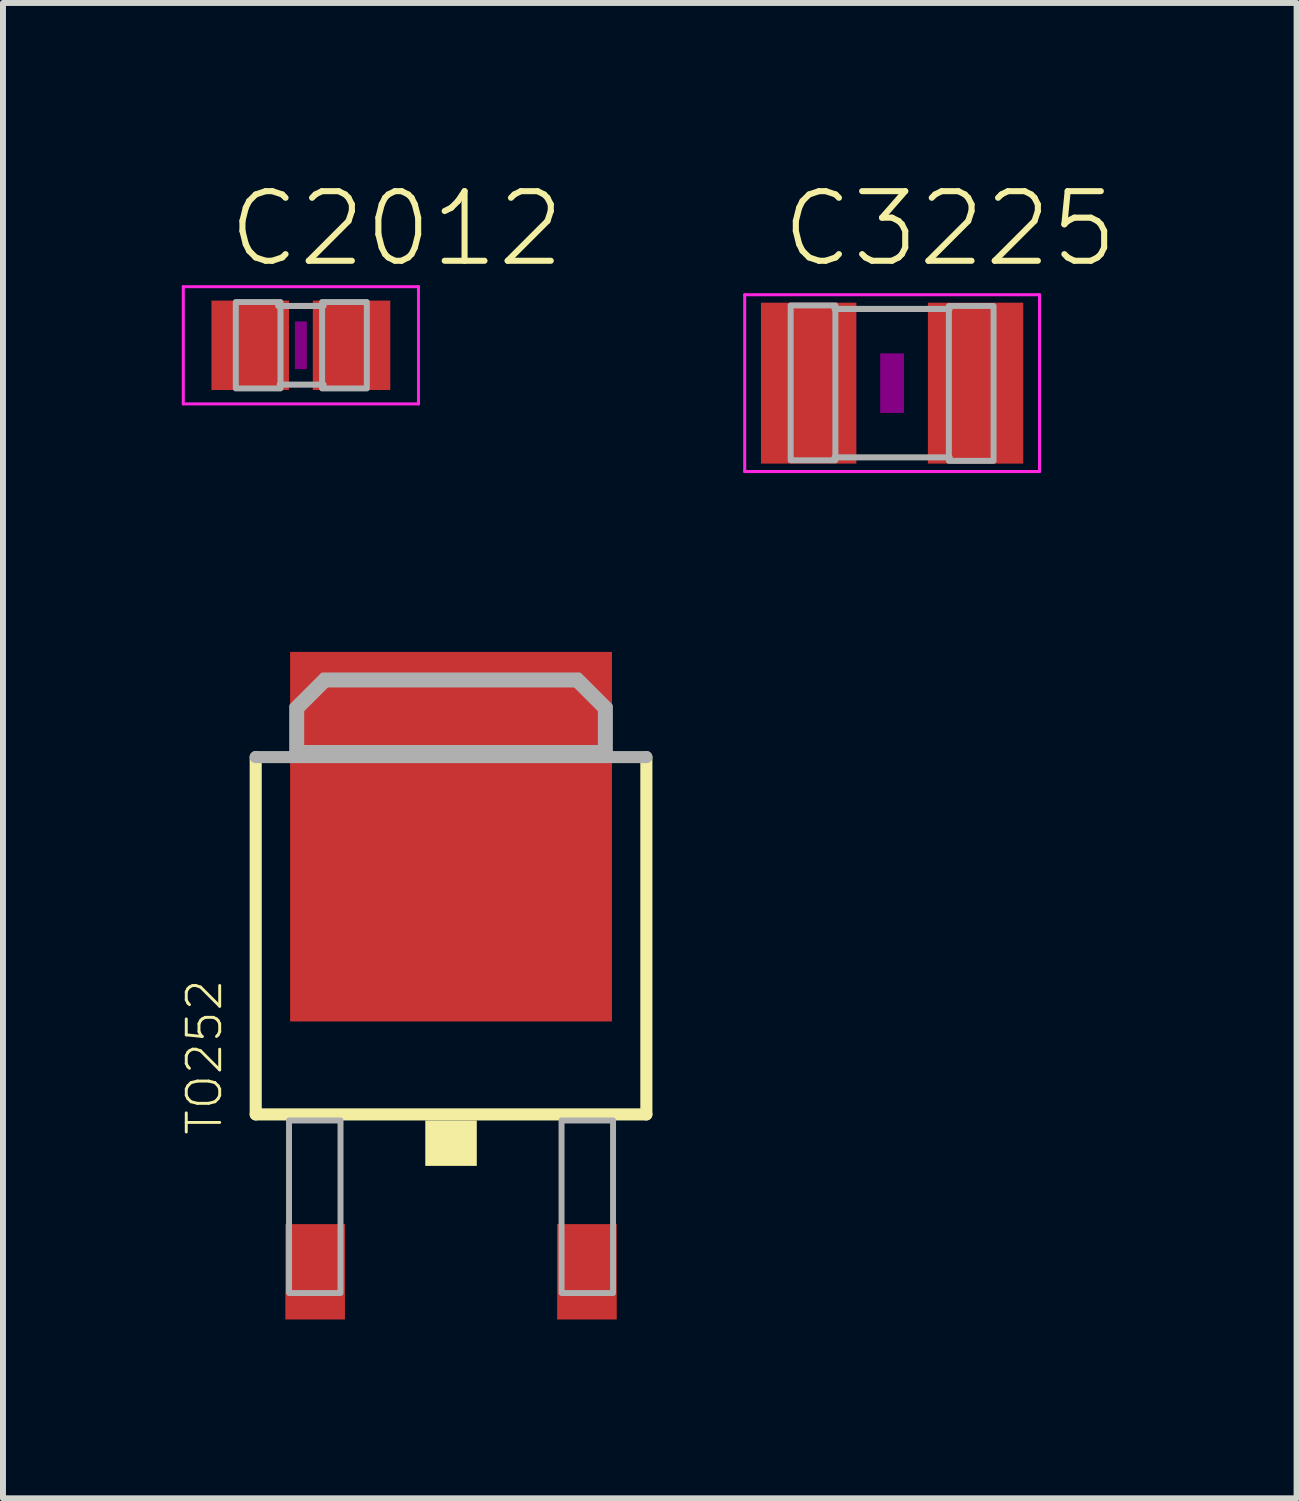
<source format=kicad_pcb>
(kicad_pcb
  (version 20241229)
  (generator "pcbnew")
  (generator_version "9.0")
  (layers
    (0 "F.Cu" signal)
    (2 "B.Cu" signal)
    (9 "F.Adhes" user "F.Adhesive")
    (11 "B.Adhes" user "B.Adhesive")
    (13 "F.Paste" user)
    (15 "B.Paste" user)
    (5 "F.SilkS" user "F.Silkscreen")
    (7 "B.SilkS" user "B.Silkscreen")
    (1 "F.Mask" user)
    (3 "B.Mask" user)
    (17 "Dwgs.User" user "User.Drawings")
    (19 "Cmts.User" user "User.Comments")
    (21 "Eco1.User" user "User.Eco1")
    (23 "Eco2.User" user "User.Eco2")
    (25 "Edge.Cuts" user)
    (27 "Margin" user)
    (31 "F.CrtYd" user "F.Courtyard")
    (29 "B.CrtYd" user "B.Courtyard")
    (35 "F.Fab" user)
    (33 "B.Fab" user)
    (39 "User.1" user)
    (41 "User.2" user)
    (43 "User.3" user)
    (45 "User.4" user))
  (footprint "C2012"
    (layer "F.Cu")
    (at 1.998 2.743)
    (property "Reference" "C2012" (at -1.27 -1.27 0) (layer "F.SilkS") (effects (font (size 1.168 1.168) (thickness 0.102)) (justify left bottom)))
    (fp_poly (pts (xy -0.1 0.4) (xy 0.1 0.4) (xy 0.1 -0.4) (xy -0.1 -0.4)) (stroke (width 0) (type solid)) (fill yes) (layer "F.Adhes"))
    (fp_line (start -1.973 -0.983) (end 1.973 -0.983) (stroke (width 0.051) (type solid)) (layer "F.CrtYd"))
    (fp_line (start -1.973 0.983) (end -1.973 -0.983) (stroke (width 0.051) (type solid)) (layer "F.CrtYd"))
    (fp_line (start 1.973 -0.983) (end 1.973 0.983) (stroke (width 0.051) (type solid)) (layer "F.CrtYd"))
    (fp_line (start 1.973 0.983) (end -1.973 0.983) (stroke (width 0.051) (type solid)) (layer "F.CrtYd"))
    (fp_line (start -0.381 -0.66) (end 0.381 -0.66) (stroke (width 0.102) (type solid)) (layer "F.Fab"))
    (fp_line (start -0.356 0.66) (end 0.381 0.66) (stroke (width 0.102) (type solid)) (layer "F.Fab"))
    (fp_poly (pts (xy -1.092 0.724) (xy -0.342 0.724) (xy -0.342 -0.726) (xy -1.092 -0.726)) (stroke (width 0.1) (type solid)) (fill no) (layer "F.Fab"))
    (fp_poly (pts (xy 0.356 0.724) (xy 1.106 0.724) (xy 1.106 -0.726) (xy 0.356 -0.726)) (stroke (width 0.1) (type solid)) (fill no) (layer "F.Fab"))
    (pad "1" smd rect (at -0.85 0) (size 1.3 1.5) (layers "F.Cu" "F.Mask" "F.Paste"))
    (pad "2" smd rect (at 0.85 0) (size 1.3 1.5) (layers "F.Cu" "F.Mask" "F.Paste")))
  (footprint "TO252"
    (layer "F.Cu")
    (at 4.517 13.487)
    (property "Reference" "TO252" (at -3.81 2.54 90) (layer "F.SilkS") (effects (font (size 0.561 0.561) (thickness 0.049)) (justify left bottom)))
    (fp_line (start -3.277 2.159) (end -3.277 -3.835) (stroke (width 0.203) (type solid)) (layer "F.SilkS"))
    (fp_line (start 3.277 -3.835) (end 3.277 2.159) (stroke (width 0.203) (type solid)) (layer "F.SilkS"))
    (fp_line (start 3.277 2.159) (end -3.277 2.159) (stroke (width 0.203) (type solid)) (layer "F.SilkS"))
    (fp_poly (pts (xy -0.432 3.023) (xy 0.432 3.023) (xy 0.432 2.261) (xy -0.432 2.261)) (stroke (width 0) (type solid)) (fill yes) (layer "F.SilkS"))
    (fp_line (start -3.277 -3.835) (end 3.277 -3.835) (stroke (width 0.203) (type solid)) (layer "F.Fab"))
    (fp_line (start -2.565 -4.648) (end -2.108 -5.105) (stroke (width 0.203) (type solid)) (layer "F.Fab"))
    (fp_line (start -2.565 -3.937) (end -2.565 -4.648) (stroke (width 0.203) (type solid)) (layer "F.Fab"))
    (fp_line (start -2.108 -5.105) (end 2.108 -5.105) (stroke (width 0.203) (type solid)) (layer "F.Fab"))
    (fp_line (start 2.108 -5.105) (end 2.565 -4.648) (stroke (width 0.203) (type solid)) (layer "F.Fab"))
    (fp_line (start 2.565 -4.648) (end 2.565 -3.937) (stroke (width 0.203) (type solid)) (layer "F.Fab"))
    (fp_line (start 2.565 -3.937) (end -2.565 -3.937) (stroke (width 0.203) (type solid)) (layer "F.Fab"))
    (fp_poly (pts (xy -2.718 5.156) (xy -1.854 5.156) (xy -1.854 2.261) (xy -2.718 2.261)) (stroke (width 0.1) (type solid)) (fill no) (layer "F.Fab"))
    (fp_poly (pts (xy 1.854 5.156) (xy 2.718 5.156) (xy 2.718 2.261) (xy 1.854 2.261)) (stroke (width 0.1) (type solid)) (fill no) (layer "F.Fab"))
    (fp_poly (pts (xy 2.665 -4.69) (xy 2.665 -3.837) (xy -2.665 -3.837) (xy -2.665 -4.69) (xy -2.15 -5.205) (xy 2.15 -5.205)) (stroke (width 0.1) (type solid)) (fill no) (layer "F.Fab"))
    (pad "1" smd rect (at -2.28 4.8) (size 1 1.6) (layers "F.Cu" "F.Mask" "F.Paste"))
    (pad "2" smd rect (at 0 -2.5) (size 5.4 6.2) (layers "F.Cu" "F.Mask" "F.Paste"))
    (pad "3" smd rect (at 2.28 4.8) (size 1 1.6) (layers "F.Cu" "F.Mask" "F.Paste")))
  (footprint "C3225"
    (layer "F.Cu")
    (at 11.917 3.378)
    (property "Reference" "C3225" (at -1.905 -1.905 0) (layer "F.SilkS") (effects (font (size 1.168 1.168) (thickness 0.102)) (justify left bottom)))
    (fp_poly (pts (xy -0.2 0.5) (xy 0.2 0.5) (xy 0.2 -0.5) (xy -0.2 -0.5)) (stroke (width 0) (type solid)) (fill yes) (layer "F.Adhes"))
    (fp_line (start -2.473 -1.483) (end 2.473 -1.483) (stroke (width 0.051) (type solid)) (layer "F.CrtYd"))
    (fp_line (start -2.473 1.483) (end -2.473 -1.483) (stroke (width 0.051) (type solid)) (layer "F.CrtYd"))
    (fp_line (start 2.473 -1.483) (end 2.473 1.483) (stroke (width 0.051) (type solid)) (layer "F.CrtYd"))
    (fp_line (start 2.473 1.483) (end -2.473 1.483) (stroke (width 0.051) (type solid)) (layer "F.CrtYd"))
    (fp_line (start -0.965 -1.245) (end 0.965 -1.245) (stroke (width 0.102) (type solid)) (layer "F.Fab"))
    (fp_line (start -0.965 1.245) (end 0.965 1.245) (stroke (width 0.102) (type solid)) (layer "F.Fab"))
    (fp_poly (pts (xy -1.702 1.295) (xy -0.952 1.295) (xy -0.952 -1.304) (xy -1.702 -1.304)) (stroke (width 0.1) (type solid)) (fill no) (layer "F.Fab"))
    (fp_poly (pts (xy 0.952 1.304) (xy 1.702 1.304) (xy 1.702 -1.295) (xy 0.952 -1.295)) (stroke (width 0.1) (type solid)) (fill no) (layer "F.Fab"))
    (pad "1" smd rect (at -1.4 0) (size 1.6 2.7) (layers "F.Cu" "F.Mask" "F.Paste"))
    (pad "2" smd rect (at 1.4 0) (size 1.6 2.7) (layers "F.Cu" "F.Mask" "F.Paste")))
  (gr_rect
    (start -3 -3)
    (end 18.703 22.087)
    (stroke (width 0.1) (type default))
    (fill no)
    (layer "Edge.Cuts")))
</source>
